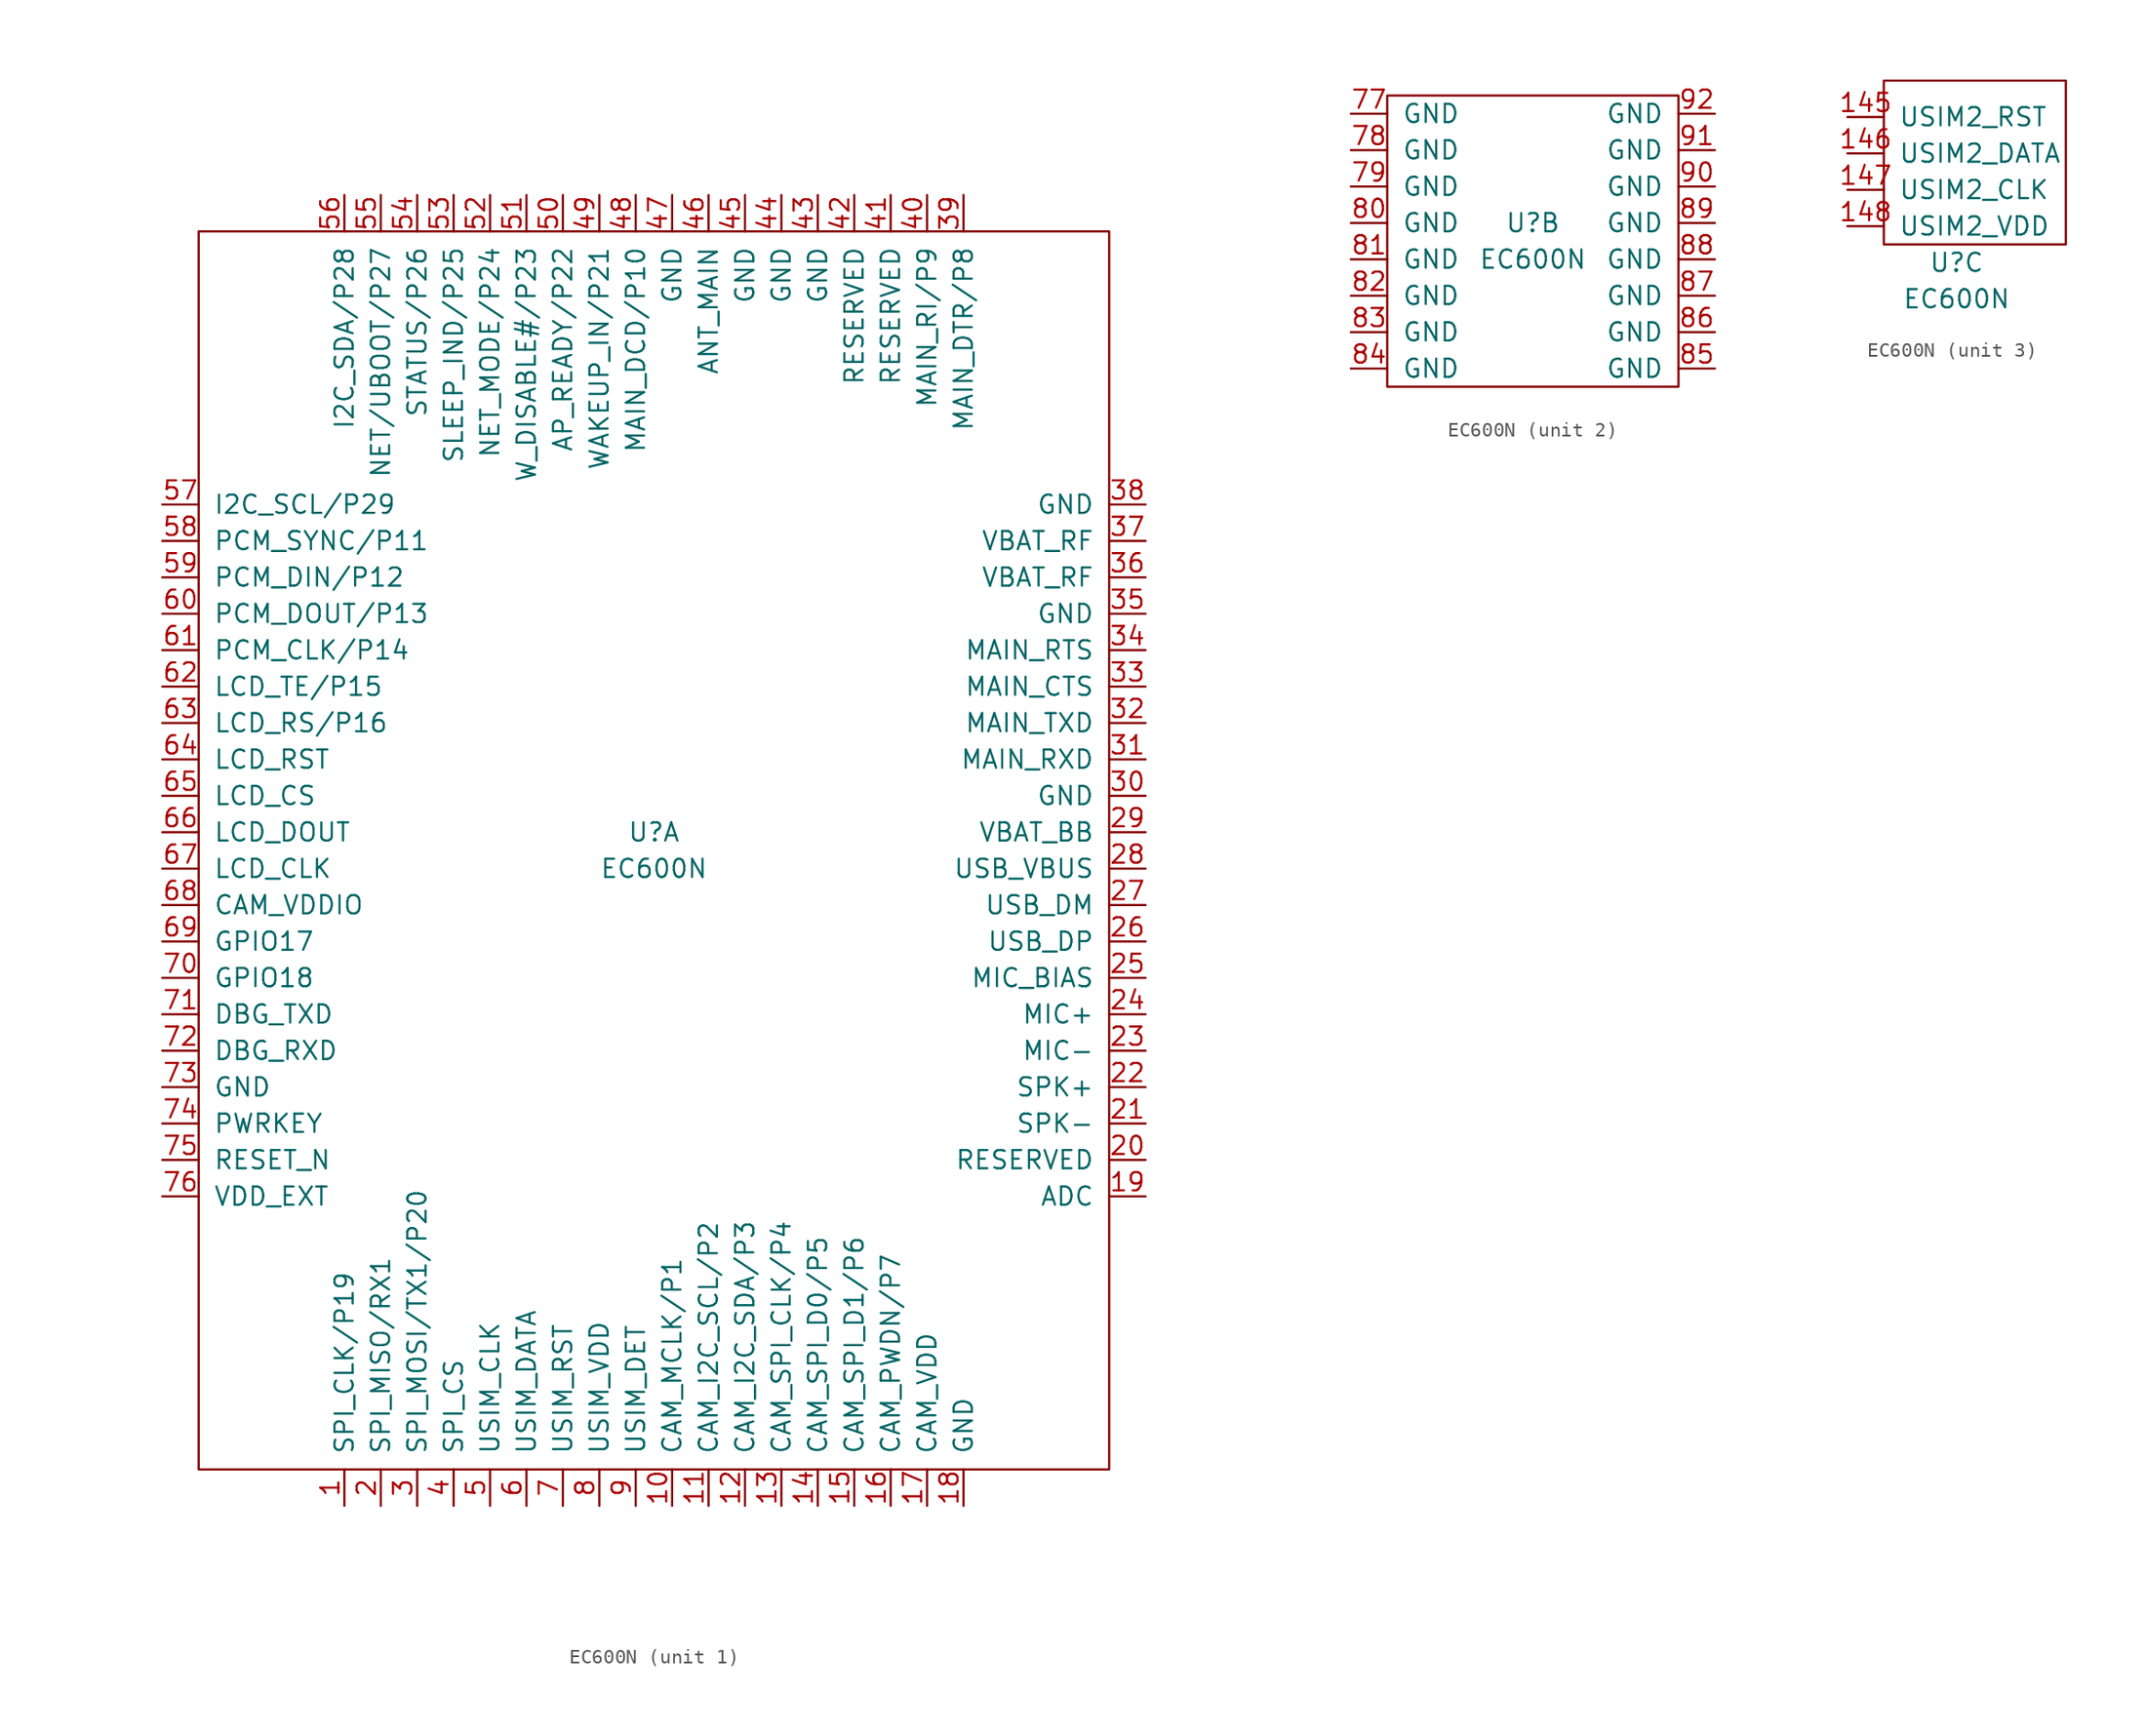
<source format=kicad_sym>
(kicad_symbol_lib
  (version 20211014)
  (generator kicad_symbol_editor)
  (symbol "EC600N"
    (pin_names
      (offset 1.016))
    (property "Reference" "U"
      (at 0 1.27 0)
      (effects (font (size 1.27 1.27))))
    (property "Value" "EC600N"
      (at 0 -1.27 0)
      (effects (font (size 1.27 1.27))))
    (property "ki_locked" ""
      (at 0 0 0)
      (effects (font (size 1.27 1.27))))
    (symbol "EC600N_1_1"
      (rectangle (start -31.75 43.18) (end 31.75 -43.18) (stroke (width 0) (type default) (color 0 0 0 0)) (fill (type none)))
      (pin bidirectional line (at -21.59 -45.72 90) (length 2.54) (name "SPI_CLK/P19" (effects (font (size 1.27 1.27)))) (number "1" (effects (font (size 1.27 1.27)))))
      (pin bidirectional line (at 1.27 -45.72 90) (length 2.54) (name "CAM_MCLK/P1" (effects (font (size 1.27 1.27)))) (number "10" (effects (font (size 1.27 1.27)))))
      (pin bidirectional line (at 3.81 -45.72 90) (length 2.54) (name "CAM_I2C_SCL/P2" (effects (font (size 1.27 1.27)))) (number "11" (effects (font (size 1.27 1.27)))))
      (pin bidirectional line (at 6.35 -45.72 90) (length 2.54) (name "CAM_I2C_SDA/P3" (effects (font (size 1.27 1.27)))) (number "12" (effects (font (size 1.27 1.27)))))
      (pin bidirectional line (at 8.89 -45.72 90) (length 2.54) (name "CAM_SPI_CLK/P4" (effects (font (size 1.27 1.27)))) (number "13" (effects (font (size 1.27 1.27)))))
      (pin bidirectional line (at 11.43 -45.72 90) (length 2.54) (name "CAM_SPI_D0/P5" (effects (font (size 1.27 1.27)))) (number "14" (effects (font (size 1.27 1.27)))))
      (pin bidirectional line (at 13.97 -45.72 90) (length 2.54) (name "CAM_SPI_D1/P6" (effects (font (size 1.27 1.27)))) (number "15" (effects (font (size 1.27 1.27)))))
      (pin bidirectional line (at 16.51 -45.72 90) (length 2.54) (name "CAM_PWDN/P7" (effects (font (size 1.27 1.27)))) (number "16" (effects (font (size 1.27 1.27)))))
      (pin power_out line (at 19.05 -45.72 90) (length 2.54) (name "CAM_VDD" (effects (font (size 1.27 1.27)))) (number "17" (effects (font (size 1.27 1.27)))))
      (pin power_in line (at 21.59 -45.72 90) (length 2.54) (name "GND" (effects (font (size 1.27 1.27)))) (number "18" (effects (font (size 1.27 1.27)))))
      (pin bidirectional line (at 34.29 -24.13 180) (length 2.54) (name "ADC" (effects (font (size 1.27 1.27)))) (number "19" (effects (font (size 1.27 1.27)))))
      (pin bidirectional line (at -19.05 -45.72 90) (length 2.54) (name "SPI_MISO/RX1" (effects (font (size 1.27 1.27)))) (number "2" (effects (font (size 1.27 1.27)))))
      (pin bidirectional line (at 34.29 -21.59 180) (length 2.54) (name "RESERVED" (effects (font (size 1.27 1.27)))) (number "20" (effects (font (size 1.27 1.27)))))
      (pin bidirectional line (at 34.29 -19.05 180) (length 2.54) (name "SPK-" (effects (font (size 1.27 1.27)))) (number "21" (effects (font (size 1.27 1.27)))))
      (pin bidirectional line (at 34.29 -16.51 180) (length 2.54) (name "SPK+" (effects (font (size 1.27 1.27)))) (number "22" (effects (font (size 1.27 1.27)))))
      (pin bidirectional line (at 34.29 -13.97 180) (length 2.54) (name "MIC-" (effects (font (size 1.27 1.27)))) (number "23" (effects (font (size 1.27 1.27)))))
      (pin bidirectional line (at 34.29 -11.43 180) (length 2.54) (name "MIC+" (effects (font (size 1.27 1.27)))) (number "24" (effects (font (size 1.27 1.27)))))
      (pin bidirectional line (at 34.29 -8.89 180) (length 2.54) (name "MIC_BIAS" (effects (font (size 1.27 1.27)))) (number "25" (effects (font (size 1.27 1.27)))))
      (pin bidirectional line (at 34.29 -6.35 180) (length 2.54) (name "USB_DP" (effects (font (size 1.27 1.27)))) (number "26" (effects (font (size 1.27 1.27)))))
      (pin bidirectional line (at 34.29 -3.81 180) (length 2.54) (name "USB_DM" (effects (font (size 1.27 1.27)))) (number "27" (effects (font (size 1.27 1.27)))))
      (pin bidirectional line (at 34.29 -1.27 180) (length 2.54) (name "USB_VBUS" (effects (font (size 1.27 1.27)))) (number "28" (effects (font (size 1.27 1.27)))))
      (pin power_in line (at 34.29 1.27 180) (length 2.54) (name "VBAT_BB" (effects (font (size 1.27 1.27)))) (number "29" (effects (font (size 1.27 1.27)))))
      (pin bidirectional line (at -16.51 -45.72 90) (length 2.54) (name "SPI_MOSI/TX1/P20" (effects (font (size 1.27 1.27)))) (number "3" (effects (font (size 1.27 1.27)))))
      (pin power_in line (at 34.29 3.81 180) (length 2.54) (name "GND" (effects (font (size 1.27 1.27)))) (number "30" (effects (font (size 1.27 1.27)))))
      (pin bidirectional line (at 34.29 6.35 180) (length 2.54) (name "MAIN_RXD" (effects (font (size 1.27 1.27)))) (number "31" (effects (font (size 1.27 1.27)))))
      (pin bidirectional line (at 34.29 8.89 180) (length 2.54) (name "MAIN_TXD" (effects (font (size 1.27 1.27)))) (number "32" (effects (font (size 1.27 1.27)))))
      (pin bidirectional line (at 34.29 11.43 180) (length 2.54) (name "MAIN_CTS" (effects (font (size 1.27 1.27)))) (number "33" (effects (font (size 1.27 1.27)))))
      (pin bidirectional line (at 34.29 13.97 180) (length 2.54) (name "MAIN_RTS" (effects (font (size 1.27 1.27)))) (number "34" (effects (font (size 1.27 1.27)))))
      (pin power_in line (at 34.29 16.51 180) (length 2.54) (name "GND" (effects (font (size 1.27 1.27)))) (number "35" (effects (font (size 1.27 1.27)))))
      (pin power_in line (at 34.29 19.05 180) (length 2.54) (name "VBAT_RF" (effects (font (size 1.27 1.27)))) (number "36" (effects (font (size 1.27 1.27)))))
      (pin power_in line (at 34.29 21.59 180) (length 2.54) (name "VBAT_RF" (effects (font (size 1.27 1.27)))) (number "37" (effects (font (size 1.27 1.27)))))
      (pin power_in line (at 34.29 24.13 180) (length 2.54) (name "GND" (effects (font (size 1.27 1.27)))) (number "38" (effects (font (size 1.27 1.27)))))
      (pin bidirectional line (at 21.59 45.72 270) (length 2.54) (name "MAIN_DTR/P8" (effects (font (size 1.27 1.27)))) (number "39" (effects (font (size 1.27 1.27)))))
      (pin bidirectional line (at -13.97 -45.72 90) (length 2.54) (name "SPI_CS" (effects (font (size 1.27 1.27)))) (number "4" (effects (font (size 1.27 1.27)))))
      (pin bidirectional line (at 19.05 45.72 270) (length 2.54) (name "MAIN_RI/P9" (effects (font (size 1.27 1.27)))) (number "40" (effects (font (size 1.27 1.27)))))
      (pin bidirectional line (at 16.51 45.72 270) (length 2.54) (name "RESERVED" (effects (font (size 1.27 1.27)))) (number "41" (effects (font (size 1.27 1.27)))))
      (pin bidirectional line (at 13.97 45.72 270) (length 2.54) (name "RESERVED" (effects (font (size 1.27 1.27)))) (number "42" (effects (font (size 1.27 1.27)))))
      (pin power_in line (at 11.43 45.72 270) (length 2.54) (name "GND" (effects (font (size 1.27 1.27)))) (number "43" (effects (font (size 1.27 1.27)))))
      (pin power_in line (at 8.89 45.72 270) (length 2.54) (name "GND" (effects (font (size 1.27 1.27)))) (number "44" (effects (font (size 1.27 1.27)))))
      (pin power_in line (at 6.35 45.72 270) (length 2.54) (name "GND" (effects (font (size 1.27 1.27)))) (number "45" (effects (font (size 1.27 1.27)))))
      (pin bidirectional line (at 3.81 45.72 270) (length 2.54) (name "ANT_MAIN" (effects (font (size 1.27 1.27)))) (number "46" (effects (font (size 1.27 1.27)))))
      (pin power_in line (at 1.27 45.72 270) (length 2.54) (name "GND" (effects (font (size 1.27 1.27)))) (number "47" (effects (font (size 1.27 1.27)))))
      (pin bidirectional line (at -1.27 45.72 270) (length 2.54) (name "MAIN_DCD/P10" (effects (font (size 1.27 1.27)))) (number "48" (effects (font (size 1.27 1.27)))))
      (pin bidirectional line (at -3.81 45.72 270) (length 2.54) (name "WAKEUP_IN/P21" (effects (font (size 1.27 1.27)))) (number "49" (effects (font (size 1.27 1.27)))))
      (pin bidirectional line (at -11.43 -45.72 90) (length 2.54) (name "USIM_CLK" (effects (font (size 1.27 1.27)))) (number "5" (effects (font (size 1.27 1.27)))))
      (pin bidirectional line (at -6.35 45.72 270) (length 2.54) (name "AP_READY/P22" (effects (font (size 1.27 1.27)))) (number "50" (effects (font (size 1.27 1.27)))))
      (pin bidirectional line (at -8.89 45.72 270) (length 2.54) (name "W_DISABLE#/P23" (effects (font (size 1.27 1.27)))) (number "51" (effects (font (size 1.27 1.27)))))
      (pin bidirectional line (at -11.43 45.72 270) (length 2.54) (name "NET_MODE/P24" (effects (font (size 1.27 1.27)))) (number "52" (effects (font (size 1.27 1.27)))))
      (pin bidirectional line (at -13.97 45.72 270) (length 2.54) (name "SLEEP_IND/P25" (effects (font (size 1.27 1.27)))) (number "53" (effects (font (size 1.27 1.27)))))
      (pin bidirectional line (at -16.51 45.72 270) (length 2.54) (name "STATUS/P26" (effects (font (size 1.27 1.27)))) (number "54" (effects (font (size 1.27 1.27)))))
      (pin bidirectional line (at -19.05 45.72 270) (length 2.54) (name "NET/UBOOT/P27" (effects (font (size 1.27 1.27)))) (number "55" (effects (font (size 1.27 1.27)))))
      (pin bidirectional line (at -21.59 45.72 270) (length 2.54) (name "I2C_SDA/P28" (effects (font (size 1.27 1.27)))) (number "56" (effects (font (size 1.27 1.27)))))
      (pin bidirectional line (at -34.29 24.13 0) (length 2.54) (name "I2C_SCL/P29" (effects (font (size 1.27 1.27)))) (number "57" (effects (font (size 1.27 1.27)))))
      (pin bidirectional line (at -34.29 21.59 0) (length 2.54) (name "PCM_SYNC/P11" (effects (font (size 1.27 1.27)))) (number "58" (effects (font (size 1.27 1.27)))))
      (pin bidirectional line (at -34.29 19.05 0) (length 2.54) (name "PCM_DIN/P12" (effects (font (size 1.27 1.27)))) (number "59" (effects (font (size 1.27 1.27)))))
      (pin bidirectional line (at -8.89 -45.72 90) (length 2.54) (name "USIM_DATA" (effects (font (size 1.27 1.27)))) (number "6" (effects (font (size 1.27 1.27)))))
      (pin bidirectional line (at -34.29 16.51 0) (length 2.54) (name "PCM_DOUT/P13" (effects (font (size 1.27 1.27)))) (number "60" (effects (font (size 1.27 1.27)))))
      (pin bidirectional line (at -34.29 13.97 0) (length 2.54) (name "PCM_CLK/P14" (effects (font (size 1.27 1.27)))) (number "61" (effects (font (size 1.27 1.27)))))
      (pin bidirectional line (at -34.29 11.43 0) (length 2.54) (name "LCD_TE/P15" (effects (font (size 1.27 1.27)))) (number "62" (effects (font (size 1.27 1.27)))))
      (pin bidirectional line (at -34.29 8.89 0) (length 2.54) (name "LCD_RS/P16" (effects (font (size 1.27 1.27)))) (number "63" (effects (font (size 1.27 1.27)))))
      (pin bidirectional line (at -34.29 6.35 0) (length 2.54) (name "LCD_RST" (effects (font (size 1.27 1.27)))) (number "64" (effects (font (size 1.27 1.27)))))
      (pin bidirectional line (at -34.29 3.81 0) (length 2.54) (name "LCD_CS" (effects (font (size 1.27 1.27)))) (number "65" (effects (font (size 1.27 1.27)))))
      (pin bidirectional line (at -34.29 1.27 0) (length 2.54) (name "LCD_DOUT" (effects (font (size 1.27 1.27)))) (number "66" (effects (font (size 1.27 1.27)))))
      (pin bidirectional line (at -34.29 -1.27 0) (length 2.54) (name "LCD_CLK" (effects (font (size 1.27 1.27)))) (number "67" (effects (font (size 1.27 1.27)))))
      (pin power_out line (at -34.29 -3.81 0) (length 2.54) (name "CAM_VDDIO" (effects (font (size 1.27 1.27)))) (number "68" (effects (font (size 1.27 1.27)))))
      (pin bidirectional line (at -34.29 -6.35 0) (length 2.54) (name "GPIO17" (effects (font (size 1.27 1.27)))) (number "69" (effects (font (size 1.27 1.27)))))
      (pin bidirectional line (at -6.35 -45.72 90) (length 2.54) (name "USIM_RST" (effects (font (size 1.27 1.27)))) (number "7" (effects (font (size 1.27 1.27)))))
      (pin bidirectional line (at -34.29 -8.89 0) (length 2.54) (name "GPIO18" (effects (font (size 1.27 1.27)))) (number "70" (effects (font (size 1.27 1.27)))))
      (pin bidirectional line (at -34.29 -11.43 0) (length 2.54) (name "DBG_TXD" (effects (font (size 1.27 1.27)))) (number "71" (effects (font (size 1.27 1.27)))))
      (pin bidirectional line (at -34.29 -13.97 0) (length 2.54) (name "DBG_RXD" (effects (font (size 1.27 1.27)))) (number "72" (effects (font (size 1.27 1.27)))))
      (pin power_in line (at -34.29 -16.51 0) (length 2.54) (name "GND" (effects (font (size 1.27 1.27)))) (number "73" (effects (font (size 1.27 1.27)))))
      (pin bidirectional line (at -34.29 -19.05 0) (length 2.54) (name "PWRKEY" (effects (font (size 1.27 1.27)))) (number "74" (effects (font (size 1.27 1.27)))))
      (pin bidirectional line (at -34.29 -21.59 0) (length 2.54) (name "RESET_N" (effects (font (size 1.27 1.27)))) (number "75" (effects (font (size 1.27 1.27)))))
      (pin bidirectional line (at -34.29 -24.13 0) (length 2.54) (name "VDD_EXT" (effects (font (size 1.27 1.27)))) (number "76" (effects (font (size 1.27 1.27)))))
      (pin bidirectional line (at -3.81 -45.72 90) (length 2.54) (name "USIM_VDD" (effects (font (size 1.27 1.27)))) (number "8" (effects (font (size 1.27 1.27)))))
      (pin bidirectional line (at -1.27 -45.72 90) (length 2.54) (name "USIM_DET" (effects (font (size 1.27 1.27)))) (number "9" (effects (font (size 1.27 1.27))))))
    (symbol "EC600N_2_1"
      (rectangle (start -10.16 10.16) (end 10.16 -10.16) (stroke (width 0) (type default) (color 0 0 0 0)) (fill (type none)))
      (pin power_in line (at -12.7 8.89 0) (length 2.54) (name "GND" (effects (font (size 1.27 1.27)))) (number "77" (effects (font (size 1.27 1.27)))))
      (pin power_in line (at -12.7 6.35 0) (length 2.54) (name "GND" (effects (font (size 1.27 1.27)))) (number "78" (effects (font (size 1.27 1.27)))))
      (pin power_in line (at -12.7 3.81 0) (length 2.54) (name "GND" (effects (font (size 1.27 1.27)))) (number "79" (effects (font (size 1.27 1.27)))))
      (pin power_in line (at -12.7 1.27 0) (length 2.54) (name "GND" (effects (font (size 1.27 1.27)))) (number "80" (effects (font (size 1.27 1.27)))))
      (pin power_in line (at -12.7 -1.27 0) (length 2.54) (name "GND" (effects (font (size 1.27 1.27)))) (number "81" (effects (font (size 1.27 1.27)))))
      (pin power_in line (at -12.7 -3.81 0) (length 2.54) (name "GND" (effects (font (size 1.27 1.27)))) (number "82" (effects (font (size 1.27 1.27)))))
      (pin power_in line (at -12.7 -6.35 0) (length 2.54) (name "GND" (effects (font (size 1.27 1.27)))) (number "83" (effects (font (size 1.27 1.27)))))
      (pin power_in line (at -12.7 -8.89 0) (length 2.54) (name "GND" (effects (font (size 1.27 1.27)))) (number "84" (effects (font (size 1.27 1.27)))))
      (pin power_in line (at 12.7 -8.89 180) (length 2.54) (name "GND" (effects (font (size 1.27 1.27)))) (number "85" (effects (font (size 1.27 1.27)))))
      (pin power_in line (at 12.7 -6.35 180) (length 2.54) (name "GND" (effects (font (size 1.27 1.27)))) (number "86" (effects (font (size 1.27 1.27)))))
      (pin power_in line (at 12.7 -3.81 180) (length 2.54) (name "GND" (effects (font (size 1.27 1.27)))) (number "87" (effects (font (size 1.27 1.27)))))
      (pin power_in line (at 12.7 -1.27 180) (length 2.54) (name "GND" (effects (font (size 1.27 1.27)))) (number "88" (effects (font (size 1.27 1.27)))))
      (pin power_in line (at 12.7 1.27 180) (length 2.54) (name "GND" (effects (font (size 1.27 1.27)))) (number "89" (effects (font (size 1.27 1.27)))))
      (pin power_in line (at 12.7 3.81 180) (length 2.54) (name "GND" (effects (font (size 1.27 1.27)))) (number "90" (effects (font (size 1.27 1.27)))))
      (pin power_in line (at 12.7 6.35 180) (length 2.54) (name "GND" (effects (font (size 1.27 1.27)))) (number "91" (effects (font (size 1.27 1.27)))))
      (pin power_in line (at 12.7 8.89 180) (length 2.54) (name "GND" (effects (font (size 1.27 1.27)))) (number "92" (effects (font (size 1.27 1.27))))))
    (symbol "EC600N_3_1"
      (rectangle (start -5.08 13.97) (end 7.62 2.54) (stroke (width 0) (type default) (color 0 0 0 0)) (fill (type none)))
      (pin bidirectional line (at -7.62 11.43 0) (length 2.54) (name "USIM2_RST" (effects (font (size 1.27 1.27)))) (number "145" (effects (font (size 1.27 1.27)))))
      (pin bidirectional line (at -7.62 8.89 0) (length 2.54) (name "USIM2_DATA" (effects (font (size 1.27 1.27)))) (number "146" (effects (font (size 1.27 1.27)))))
      (pin bidirectional line (at -7.62 6.35 0) (length 2.54) (name "USIM2_CLK" (effects (font (size 1.27 1.27)))) (number "147" (effects (font (size 1.27 1.27)))))
      (pin bidirectional line (at -7.62 3.81 0) (length 2.54) (name "USIM2_VDD" (effects (font (size 1.27 1.27)))) (number "148" (effects (font (size 1.27 1.27))))))))
</source>
